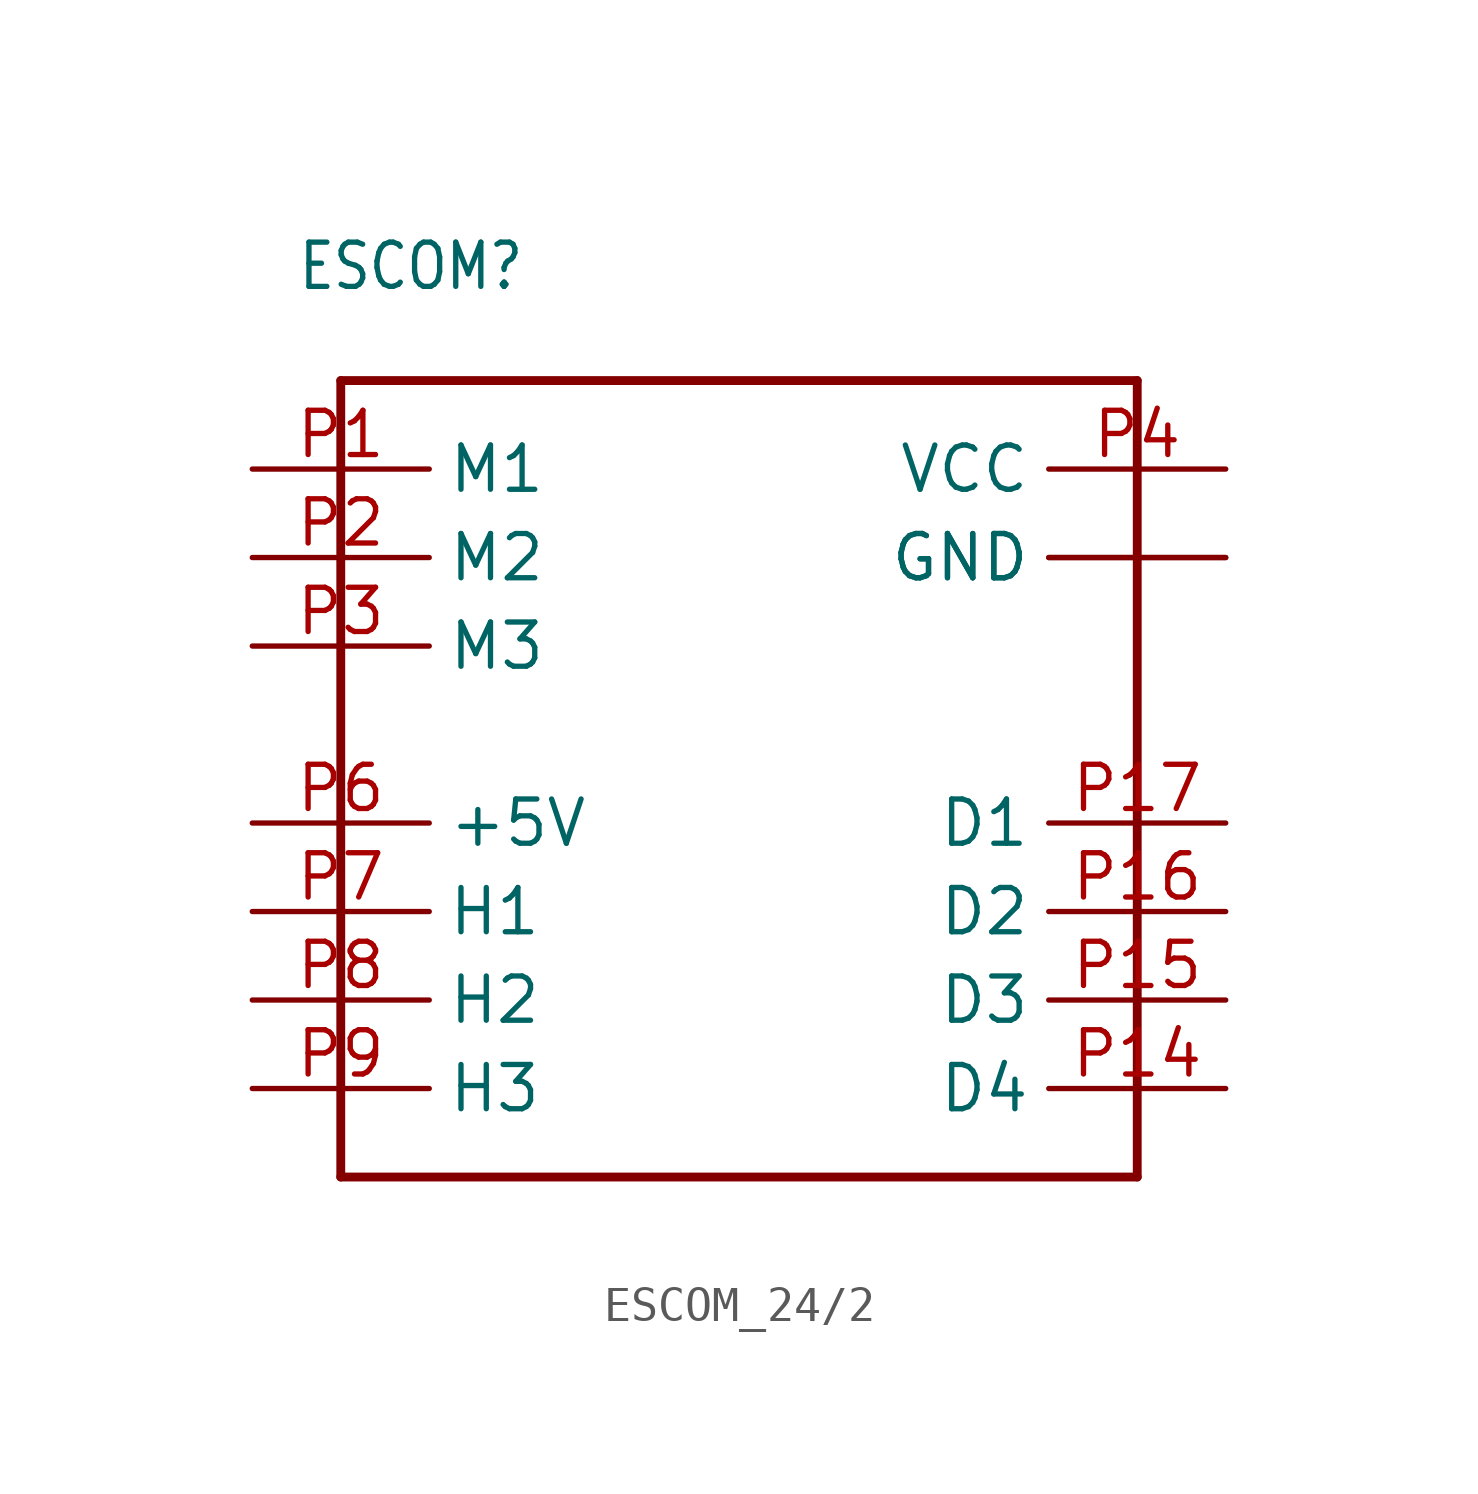
<source format=kicad_sym>
(kicad_symbol_lib
  (version 20220914)
  (generator kicad_symbol_editor)
  (symbol "ESCOM_24/2"
    (property "Reference" "ESCOM"
      (at -11.43 12.7 0)
      (effects (font (size 1.27 1.079)) (justify left bottom)))
    (symbol "ESCOM_24/2_1_0"
      (polyline (pts (xy -10.16 -12.7) (xy 12.7 -12.7)) (stroke (width 0.254) (type solid)) (fill (type none)))
      (polyline (pts (xy -10.16 10.16) (xy -10.16 -12.7)) (stroke (width 0.254) (type solid)) (fill (type none)))
      (polyline (pts (xy 12.7 -12.7) (xy 12.7 10.16)) (stroke (width 0.254) (type solid)) (fill (type none)))
      (polyline (pts (xy 12.7 10.16) (xy -10.16 10.16)) (stroke (width 0.254) (type solid)) (fill (type none)))
      (pin bidirectional line (at -12.7 7.62 0) (length 5.08) (name "M1" (effects (font (size 1.27 1.27)))) (number "P1" (effects (font (size 1.27 1.27)))))
      (pin bidirectional line (at 15.24 -10.16 180) (length 5.08) (name "D4" (effects (font (size 1.27 1.27)))) (number "P14" (effects (font (size 1.27 1.27)))))
      (pin bidirectional line (at 15.24 -7.62 180) (length 5.08) (name "D3" (effects (font (size 1.27 1.27)))) (number "P15" (effects (font (size 1.27 1.27)))))
      (pin bidirectional line (at 15.24 -5.08 180) (length 5.08) (name "D2" (effects (font (size 1.27 1.27)))) (number "P16" (effects (font (size 1.27 1.27)))))
      (pin bidirectional line (at 15.24 -2.54 180) (length 5.08) (name "D1" (effects (font (size 1.27 1.27)))) (number "P17" (effects (font (size 1.27 1.27)))))
      (pin bidirectional line (at 15.24 5.08 180) (length 5.08) (name "GND" (effects (font (size 1.27 1.27)))) (number "P18" (effects (font (size 0 0)))))
      (pin bidirectional line (at -12.7 5.08 0) (length 5.08) (name "M2" (effects (font (size 1.27 1.27)))) (number "P2" (effects (font (size 1.27 1.27)))))
      (pin bidirectional line (at -12.7 2.54 0) (length 5.08) (name "M3" (effects (font (size 1.27 1.27)))) (number "P3" (effects (font (size 1.27 1.27)))))
      (pin bidirectional line (at 15.24 7.62 180) (length 5.08) (name "VCC" (effects (font (size 1.27 1.27)))) (number "P4" (effects (font (size 1.27 1.27)))))
      (pin bidirectional line (at 15.24 5.08 180) (length 5.08) (name "GND" (effects (font (size 1.27 1.27)))) (number "P5" (effects (font (size 0 0)))))
      (pin bidirectional line (at -12.7 -2.54 0) (length 5.08) (name "+5V" (effects (font (size 1.27 1.27)))) (number "P6" (effects (font (size 1.27 1.27)))))
      (pin bidirectional line (at -12.7 -5.08 0) (length 5.08) (name "H1" (effects (font (size 1.27 1.27)))) (number "P7" (effects (font (size 1.27 1.27)))))
      (pin bidirectional line (at -12.7 -7.62 0) (length 5.08) (name "H2" (effects (font (size 1.27 1.27)))) (number "P8" (effects (font (size 1.27 1.27)))))
      (pin bidirectional line (at -12.7 -10.16 0) (length 5.08) (name "H3" (effects (font (size 1.27 1.27)))) (number "P9" (effects (font (size 1.27 1.27))))))))
</source>
